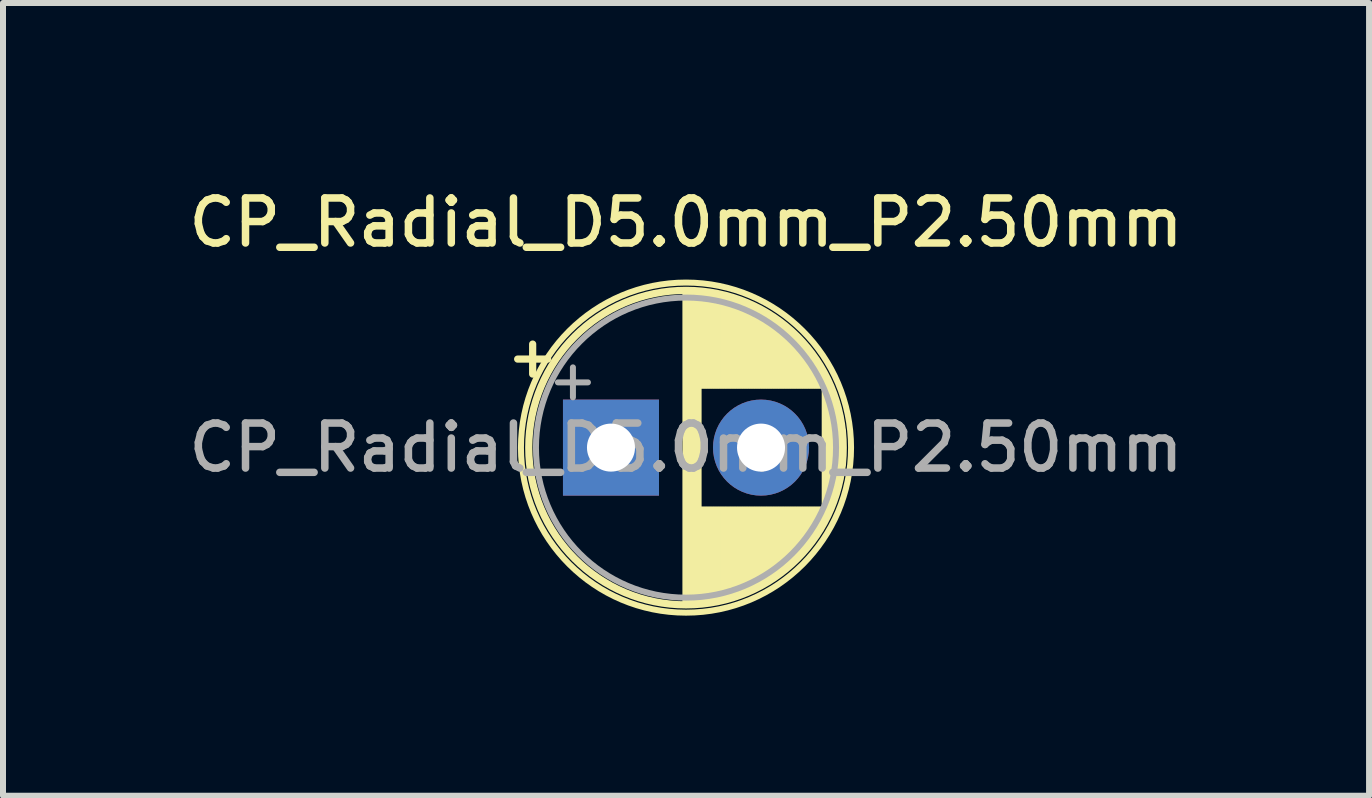
<source format=kicad_pcb>
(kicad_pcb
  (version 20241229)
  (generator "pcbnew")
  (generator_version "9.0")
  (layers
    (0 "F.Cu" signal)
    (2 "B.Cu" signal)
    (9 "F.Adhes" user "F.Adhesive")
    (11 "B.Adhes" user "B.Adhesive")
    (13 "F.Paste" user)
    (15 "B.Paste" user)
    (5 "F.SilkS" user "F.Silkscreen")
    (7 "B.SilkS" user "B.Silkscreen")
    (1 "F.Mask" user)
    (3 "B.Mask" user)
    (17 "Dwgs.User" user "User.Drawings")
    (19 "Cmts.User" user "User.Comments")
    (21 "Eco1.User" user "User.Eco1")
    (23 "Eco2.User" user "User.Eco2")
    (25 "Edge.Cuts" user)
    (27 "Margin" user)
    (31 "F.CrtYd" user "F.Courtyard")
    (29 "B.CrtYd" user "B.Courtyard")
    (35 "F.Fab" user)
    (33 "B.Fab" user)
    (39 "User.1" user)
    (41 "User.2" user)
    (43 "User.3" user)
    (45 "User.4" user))
  (footprint "CP_Radial_D5.0mm_P2.50mm"
    (layer "F.Cu")
    (at 7.13 4.408)
    (property "Reference" "CP_Radial_D5.0mm_P2.50mm" (at 1.25 -3.75 0) (layer "F.SilkS") (effects (font (size 0.75 0.75) (thickness 0.125))))
    (attr through_hole)
    (fp_line (start -1.555 -1.475) (end -1.055 -1.475) (stroke (width 0.12) (type solid)) (layer "F.SilkS"))
    (fp_line (start -1.305 -1.725) (end -1.305 -1.225) (stroke (width 0.12) (type solid)) (layer "F.SilkS"))
    (fp_line (start 1.25 -2.58) (end 1.25 2.58) (stroke (width 0.12) (type solid)) (layer "F.SilkS"))
    (fp_line (start 1.29 -2.58) (end 1.29 2.58) (stroke (width 0.12) (type solid)) (layer "F.SilkS"))
    (fp_line (start 1.33 -2.579) (end 1.33 2.579) (stroke (width 0.12) (type solid)) (layer "F.SilkS"))
    (fp_line (start 1.37 -2.578) (end 1.37 2.578) (stroke (width 0.12) (type solid)) (layer "F.SilkS"))
    (fp_line (start 1.41 -2.576) (end 1.41 2.576) (stroke (width 0.12) (type solid)) (layer "F.SilkS"))
    (fp_line (start 1.45 -2.573) (end 1.45 2.573) (stroke (width 0.12) (type solid)) (layer "F.SilkS"))
    (fp_line (start 1.49 -2.569) (end 1.49 -1.04) (stroke (width 0.12) (type solid)) (layer "F.SilkS"))
    (fp_line (start 1.49 1.04) (end 1.49 2.569) (stroke (width 0.12) (type solid)) (layer "F.SilkS"))
    (fp_line (start 1.53 -2.565) (end 1.53 -1.04) (stroke (width 0.12) (type solid)) (layer "F.SilkS"))
    (fp_line (start 1.53 1.04) (end 1.53 2.565) (stroke (width 0.12) (type solid)) (layer "F.SilkS"))
    (fp_line (start 1.57 -2.561) (end 1.57 -1.04) (stroke (width 0.12) (type solid)) (layer "F.SilkS"))
    (fp_line (start 1.57 1.04) (end 1.57 2.561) (stroke (width 0.12) (type solid)) (layer "F.SilkS"))
    (fp_line (start 1.61 -2.556) (end 1.61 -1.04) (stroke (width 0.12) (type solid)) (layer "F.SilkS"))
    (fp_line (start 1.61 1.04) (end 1.61 2.556) (stroke (width 0.12) (type solid)) (layer "F.SilkS"))
    (fp_line (start 1.65 -2.55) (end 1.65 -1.04) (stroke (width 0.12) (type solid)) (layer "F.SilkS"))
    (fp_line (start 1.65 1.04) (end 1.65 2.55) (stroke (width 0.12) (type solid)) (layer "F.SilkS"))
    (fp_line (start 1.69 -2.543) (end 1.69 -1.04) (stroke (width 0.12) (type solid)) (layer "F.SilkS"))
    (fp_line (start 1.69 1.04) (end 1.69 2.543) (stroke (width 0.12) (type solid)) (layer "F.SilkS"))
    (fp_line (start 1.73 -2.536) (end 1.73 -1.04) (stroke (width 0.12) (type solid)) (layer "F.SilkS"))
    (fp_line (start 1.73 1.04) (end 1.73 2.536) (stroke (width 0.12) (type solid)) (layer "F.SilkS"))
    (fp_line (start 1.77 -2.528) (end 1.77 -1.04) (stroke (width 0.12) (type solid)) (layer "F.SilkS"))
    (fp_line (start 1.77 1.04) (end 1.77 2.528) (stroke (width 0.12) (type solid)) (layer "F.SilkS"))
    (fp_line (start 1.81 -2.52) (end 1.81 -1.04) (stroke (width 0.12) (type solid)) (layer "F.SilkS"))
    (fp_line (start 1.81 1.04) (end 1.81 2.52) (stroke (width 0.12) (type solid)) (layer "F.SilkS"))
    (fp_line (start 1.85 -2.511) (end 1.85 -1.04) (stroke (width 0.12) (type solid)) (layer "F.SilkS"))
    (fp_line (start 1.85 1.04) (end 1.85 2.511) (stroke (width 0.12) (type solid)) (layer "F.SilkS"))
    (fp_line (start 1.89 -2.501) (end 1.89 -1.04) (stroke (width 0.12) (type solid)) (layer "F.SilkS"))
    (fp_line (start 1.89 1.04) (end 1.89 2.501) (stroke (width 0.12) (type solid)) (layer "F.SilkS"))
    (fp_line (start 1.93 -2.491) (end 1.93 -1.04) (stroke (width 0.12) (type solid)) (layer "F.SilkS"))
    (fp_line (start 1.93 1.04) (end 1.93 2.491) (stroke (width 0.12) (type solid)) (layer "F.SilkS"))
    (fp_line (start 1.971 -2.48) (end 1.971 -1.04) (stroke (width 0.12) (type solid)) (layer "F.SilkS"))
    (fp_line (start 1.971 1.04) (end 1.971 2.48) (stroke (width 0.12) (type solid)) (layer "F.SilkS"))
    (fp_line (start 2.011 -2.468) (end 2.011 -1.04) (stroke (width 0.12) (type solid)) (layer "F.SilkS"))
    (fp_line (start 2.011 1.04) (end 2.011 2.468) (stroke (width 0.12) (type solid)) (layer "F.SilkS"))
    (fp_line (start 2.051 -2.455) (end 2.051 -1.04) (stroke (width 0.12) (type solid)) (layer "F.SilkS"))
    (fp_line (start 2.051 1.04) (end 2.051 2.455) (stroke (width 0.12) (type solid)) (layer "F.SilkS"))
    (fp_line (start 2.091 -2.442) (end 2.091 -1.04) (stroke (width 0.12) (type solid)) (layer "F.SilkS"))
    (fp_line (start 2.091 1.04) (end 2.091 2.442) (stroke (width 0.12) (type solid)) (layer "F.SilkS"))
    (fp_line (start 2.131 -2.428) (end 2.131 -1.04) (stroke (width 0.12) (type solid)) (layer "F.SilkS"))
    (fp_line (start 2.131 1.04) (end 2.131 2.428) (stroke (width 0.12) (type solid)) (layer "F.SilkS"))
    (fp_line (start 2.171 -2.414) (end 2.171 -1.04) (stroke (width 0.12) (type solid)) (layer "F.SilkS"))
    (fp_line (start 2.171 1.04) (end 2.171 2.414) (stroke (width 0.12) (type solid)) (layer "F.SilkS"))
    (fp_line (start 2.211 -2.398) (end 2.211 -1.04) (stroke (width 0.12) (type solid)) (layer "F.SilkS"))
    (fp_line (start 2.211 1.04) (end 2.211 2.398) (stroke (width 0.12) (type solid)) (layer "F.SilkS"))
    (fp_line (start 2.251 -2.382) (end 2.251 -1.04) (stroke (width 0.12) (type solid)) (layer "F.SilkS"))
    (fp_line (start 2.251 1.04) (end 2.251 2.382) (stroke (width 0.12) (type solid)) (layer "F.SilkS"))
    (fp_line (start 2.291 -2.365) (end 2.291 -1.04) (stroke (width 0.12) (type solid)) (layer "F.SilkS"))
    (fp_line (start 2.291 1.04) (end 2.291 2.365) (stroke (width 0.12) (type solid)) (layer "F.SilkS"))
    (fp_line (start 2.331 -2.348) (end 2.331 -1.04) (stroke (width 0.12) (type solid)) (layer "F.SilkS"))
    (fp_line (start 2.331 1.04) (end 2.331 2.348) (stroke (width 0.12) (type solid)) (layer "F.SilkS"))
    (fp_line (start 2.371 -2.329) (end 2.371 -1.04) (stroke (width 0.12) (type solid)) (layer "F.SilkS"))
    (fp_line (start 2.371 1.04) (end 2.371 2.329) (stroke (width 0.12) (type solid)) (layer "F.SilkS"))
    (fp_line (start 2.411 -2.31) (end 2.411 -1.04) (stroke (width 0.12) (type solid)) (layer "F.SilkS"))
    (fp_line (start 2.411 1.04) (end 2.411 2.31) (stroke (width 0.12) (type solid)) (layer "F.SilkS"))
    (fp_line (start 2.451 -2.29) (end 2.451 -1.04) (stroke (width 0.12) (type solid)) (layer "F.SilkS"))
    (fp_line (start 2.451 1.04) (end 2.451 2.29) (stroke (width 0.12) (type solid)) (layer "F.SilkS"))
    (fp_line (start 2.491 -2.268) (end 2.491 -1.04) (stroke (width 0.12) (type solid)) (layer "F.SilkS"))
    (fp_line (start 2.491 1.04) (end 2.491 2.268) (stroke (width 0.12) (type solid)) (layer "F.SilkS"))
    (fp_line (start 2.531 -2.247) (end 2.531 -1.04) (stroke (width 0.12) (type solid)) (layer "F.SilkS"))
    (fp_line (start 2.531 1.04) (end 2.531 2.247) (stroke (width 0.12) (type solid)) (layer "F.SilkS"))
    (fp_line (start 2.571 -2.224) (end 2.571 -1.04) (stroke (width 0.12) (type solid)) (layer "F.SilkS"))
    (fp_line (start 2.571 1.04) (end 2.571 2.224) (stroke (width 0.12) (type solid)) (layer "F.SilkS"))
    (fp_line (start 2.611 -2.2) (end 2.611 -1.04) (stroke (width 0.12) (type solid)) (layer "F.SilkS"))
    (fp_line (start 2.611 1.04) (end 2.611 2.2) (stroke (width 0.12) (type solid)) (layer "F.SilkS"))
    (fp_line (start 2.651 -2.175) (end 2.651 -1.04) (stroke (width 0.12) (type solid)) (layer "F.SilkS"))
    (fp_line (start 2.651 1.04) (end 2.651 2.175) (stroke (width 0.12) (type solid)) (layer "F.SilkS"))
    (fp_line (start 2.691 -2.149) (end 2.691 -1.04) (stroke (width 0.12) (type solid)) (layer "F.SilkS"))
    (fp_line (start 2.691 1.04) (end 2.691 2.149) (stroke (width 0.12) (type solid)) (layer "F.SilkS"))
    (fp_line (start 2.731 -2.122) (end 2.731 -1.04) (stroke (width 0.12) (type solid)) (layer "F.SilkS"))
    (fp_line (start 2.731 1.04) (end 2.731 2.122) (stroke (width 0.12) (type solid)) (layer "F.SilkS"))
    (fp_line (start 2.771 -2.095) (end 2.771 -1.04) (stroke (width 0.12) (type solid)) (layer "F.SilkS"))
    (fp_line (start 2.771 1.04) (end 2.771 2.095) (stroke (width 0.12) (type solid)) (layer "F.SilkS"))
    (fp_line (start 2.811 -2.065) (end 2.811 -1.04) (stroke (width 0.12) (type solid)) (layer "F.SilkS"))
    (fp_line (start 2.811 1.04) (end 2.811 2.065) (stroke (width 0.12) (type solid)) (layer "F.SilkS"))
    (fp_line (start 2.851 -2.035) (end 2.851 -1.04) (stroke (width 0.12) (type solid)) (layer "F.SilkS"))
    (fp_line (start 2.851 1.04) (end 2.851 2.035) (stroke (width 0.12) (type solid)) (layer "F.SilkS"))
    (fp_line (start 2.891 -2.004) (end 2.891 -1.04) (stroke (width 0.12) (type solid)) (layer "F.SilkS"))
    (fp_line (start 2.891 1.04) (end 2.891 2.004) (stroke (width 0.12) (type solid)) (layer "F.SilkS"))
    (fp_line (start 2.931 -1.971) (end 2.931 -1.04) (stroke (width 0.12) (type solid)) (layer "F.SilkS"))
    (fp_line (start 2.931 1.04) (end 2.931 1.971) (stroke (width 0.12) (type solid)) (layer "F.SilkS"))
    (fp_line (start 2.971 -1.937) (end 2.971 -1.04) (stroke (width 0.12) (type solid)) (layer "F.SilkS"))
    (fp_line (start 2.971 1.04) (end 2.971 1.937) (stroke (width 0.12) (type solid)) (layer "F.SilkS"))
    (fp_line (start 3.011 -1.901) (end 3.011 -1.04) (stroke (width 0.12) (type solid)) (layer "F.SilkS"))
    (fp_line (start 3.011 1.04) (end 3.011 1.901) (stroke (width 0.12) (type solid)) (layer "F.SilkS"))
    (fp_line (start 3.051 -1.864) (end 3.051 -1.04) (stroke (width 0.12) (type solid)) (layer "F.SilkS"))
    (fp_line (start 3.051 1.04) (end 3.051 1.864) (stroke (width 0.12) (type solid)) (layer "F.SilkS"))
    (fp_line (start 3.091 -1.826) (end 3.091 -1.04) (stroke (width 0.12) (type solid)) (layer "F.SilkS"))
    (fp_line (start 3.091 1.04) (end 3.091 1.826) (stroke (width 0.12) (type solid)) (layer "F.SilkS"))
    (fp_line (start 3.131 -1.785) (end 3.131 -1.04) (stroke (width 0.12) (type solid)) (layer "F.SilkS"))
    (fp_line (start 3.131 1.04) (end 3.131 1.785) (stroke (width 0.12) (type solid)) (layer "F.SilkS"))
    (fp_line (start 3.171 -1.743) (end 3.171 -1.04) (stroke (width 0.12) (type solid)) (layer "F.SilkS"))
    (fp_line (start 3.171 1.04) (end 3.171 1.743) (stroke (width 0.12) (type solid)) (layer "F.SilkS"))
    (fp_line (start 3.211 -1.699) (end 3.211 -1.04) (stroke (width 0.12) (type solid)) (layer "F.SilkS"))
    (fp_line (start 3.211 1.04) (end 3.211 1.699) (stroke (width 0.12) (type solid)) (layer "F.SilkS"))
    (fp_line (start 3.251 -1.653) (end 3.251 -1.04) (stroke (width 0.12) (type solid)) (layer "F.SilkS"))
    (fp_line (start 3.251 1.04) (end 3.251 1.653) (stroke (width 0.12) (type solid)) (layer "F.SilkS"))
    (fp_line (start 3.291 -1.605) (end 3.291 -1.04) (stroke (width 0.12) (type solid)) (layer "F.SilkS"))
    (fp_line (start 3.291 1.04) (end 3.291 1.605) (stroke (width 0.12) (type solid)) (layer "F.SilkS"))
    (fp_line (start 3.331 -1.554) (end 3.331 -1.04) (stroke (width 0.12) (type solid)) (layer "F.SilkS"))
    (fp_line (start 3.331 1.04) (end 3.331 1.554) (stroke (width 0.12) (type solid)) (layer "F.SilkS"))
    (fp_line (start 3.371 -1.5) (end 3.371 -1.04) (stroke (width 0.12) (type solid)) (layer "F.SilkS"))
    (fp_line (start 3.371 1.04) (end 3.371 1.5) (stroke (width 0.12) (type solid)) (layer "F.SilkS"))
    (fp_line (start 3.411 -1.443) (end 3.411 -1.04) (stroke (width 0.12) (type solid)) (layer "F.SilkS"))
    (fp_line (start 3.411 1.04) (end 3.411 1.443) (stroke (width 0.12) (type solid)) (layer "F.SilkS"))
    (fp_line (start 3.451 -1.383) (end 3.451 -1.04) (stroke (width 0.12) (type solid)) (layer "F.SilkS"))
    (fp_line (start 3.451 1.04) (end 3.451 1.383) (stroke (width 0.12) (type solid)) (layer "F.SilkS"))
    (fp_line (start 3.491 -1.319) (end 3.491 -1.04) (stroke (width 0.12) (type solid)) (layer "F.SilkS"))
    (fp_line (start 3.491 1.04) (end 3.491 1.319) (stroke (width 0.12) (type solid)) (layer "F.SilkS"))
    (fp_line (start 3.531 -1.251) (end 3.531 -1.04) (stroke (width 0.12) (type solid)) (layer "F.SilkS"))
    (fp_line (start 3.531 1.04) (end 3.531 1.251) (stroke (width 0.12) (type solid)) (layer "F.SilkS"))
    (fp_line (start 3.571 -1.178) (end 3.571 1.178) (stroke (width 0.12) (type solid)) (layer "F.SilkS"))
    (fp_line (start 3.611 -1.098) (end 3.611 1.098) (stroke (width 0.12) (type solid)) (layer "F.SilkS"))
    (fp_line (start 3.651 -1.011) (end 3.651 1.011) (stroke (width 0.12) (type solid)) (layer "F.SilkS"))
    (fp_line (start 3.691 -0.915) (end 3.691 0.915) (stroke (width 0.12) (type solid)) (layer "F.SilkS"))
    (fp_line (start 3.731 -0.805) (end 3.731 0.805) (stroke (width 0.12) (type solid)) (layer "F.SilkS"))
    (fp_line (start 3.771 -0.677) (end 3.771 0.677) (stroke (width 0.12) (type solid)) (layer "F.SilkS"))
    (fp_line (start 3.811 -0.518) (end 3.811 0.518) (stroke (width 0.12) (type solid)) (layer "F.SilkS"))
    (fp_line (start 3.851 -0.284) (end 3.851 0.284) (stroke (width 0.12) (type solid)) (layer "F.SilkS"))
    (fp_circle (center 1.25 0) (end 3.87 0) (stroke (width 0.12) (type solid)) (fill no) (layer "F.SilkS"))
    (fp_circle (center 1.25 0) (end 4 0) (stroke (width 0.1) (type solid)) (fill no) (layer "F.SilkS"))
    (fp_line (start -0.884 -1.087) (end -0.384 -1.087) (stroke (width 0.1) (type solid)) (layer "F.Fab"))
    (fp_line (start -0.634 -1.337) (end -0.634 -0.838) (stroke (width 0.1) (type solid)) (layer "F.Fab"))
    (fp_circle (center 1.25 0) (end 3.75 0) (stroke (width 0.1) (type solid)) (fill no) (layer "F.Fab"))
    (fp_text user "${REFERENCE}" (at 1.25 0 0) (layer "F.Fab") (effects (font (size 0.75 0.75) (thickness 0.125))))
    (pad "1" thru_hole rect (at 0 0) (size 1.6 1.6) (drill 0.8) (layers "*.Cu" "*.Mask"))
    (pad "2" thru_hole circle (at 2.5 0) (size 1.6 1.6) (drill 0.8) (layers "*.Cu" "*.Mask")))
  (gr_rect
    (start -3 -3)
    (end 19.761 10.208)
    (stroke (width 0.1) (type default))
    (fill no)
    (layer "Edge.Cuts")))
</source>
